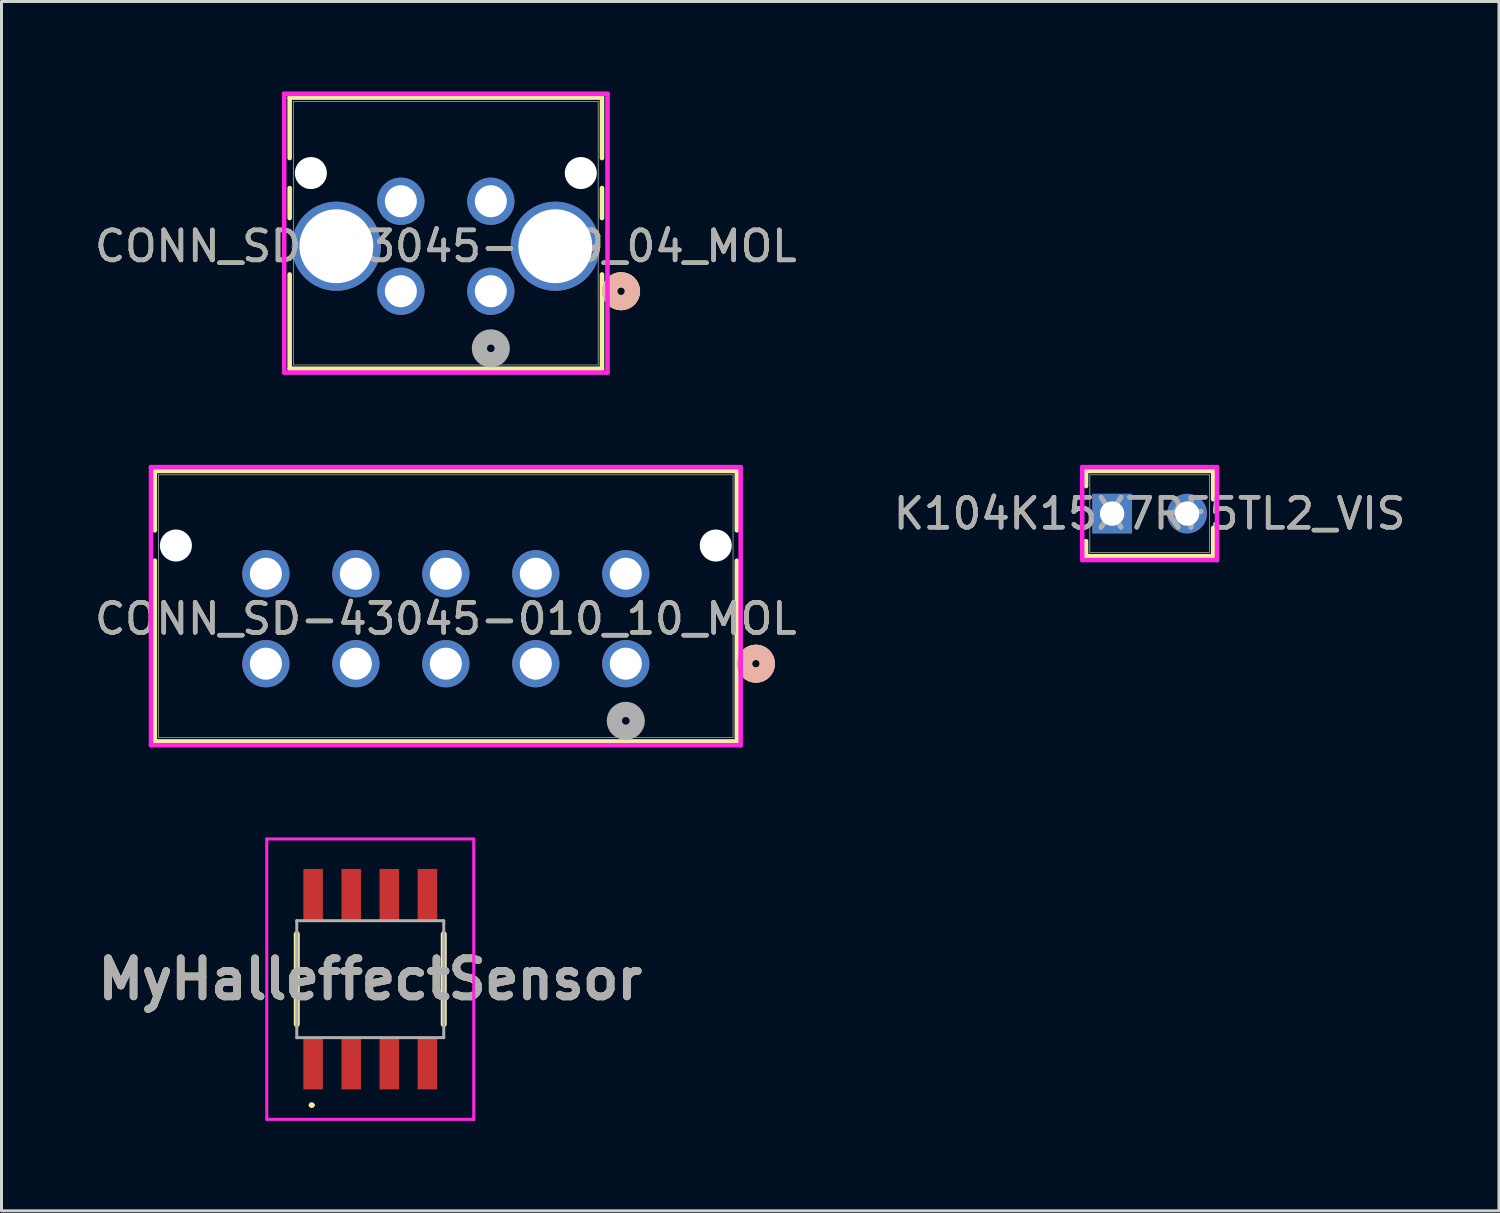
<source format=kicad_pcb>
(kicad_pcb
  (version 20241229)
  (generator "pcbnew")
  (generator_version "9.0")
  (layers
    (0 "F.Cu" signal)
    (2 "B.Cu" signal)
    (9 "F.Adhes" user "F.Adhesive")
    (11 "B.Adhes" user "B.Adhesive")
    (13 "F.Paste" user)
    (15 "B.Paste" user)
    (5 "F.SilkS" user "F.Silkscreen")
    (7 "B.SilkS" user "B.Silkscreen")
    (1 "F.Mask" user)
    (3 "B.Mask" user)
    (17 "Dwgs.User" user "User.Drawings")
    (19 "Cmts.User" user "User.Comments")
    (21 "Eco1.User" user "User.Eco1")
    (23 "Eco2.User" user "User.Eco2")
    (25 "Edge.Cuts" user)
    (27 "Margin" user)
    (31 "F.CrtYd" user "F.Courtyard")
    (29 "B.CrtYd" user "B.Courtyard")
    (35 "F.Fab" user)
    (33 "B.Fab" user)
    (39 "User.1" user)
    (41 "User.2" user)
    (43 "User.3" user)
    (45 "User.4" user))
  (footprint "MyHalleffectSensor"
    (layer "F.Cu")
    (at 9.295 29.597)
    (property "Reference" "MyHalleffectSensor" (at 0 0 0) (layer "F.SilkS") (effects (font (size 1.27 1.27) (thickness 0.254))))
    (attr smd)
    (fp_line (start -2.45 -1.5) (end -2.45 1.5) (stroke (width 0.2) (type solid)) (layer "F.SilkS"))
    (fp_line (start -2 4.2) (end -2 4.2) (stroke (width 0.1) (type solid)) (layer "F.SilkS"))
    (fp_line (start -1.905 4.2) (end -1.905 4.2) (stroke (width 0.1) (type solid)) (layer "F.SilkS"))
    (fp_line (start 2.45 -1.5) (end 2.45 1.5) (stroke (width 0.2) (type solid)) (layer "F.SilkS"))
    (fp_arc (start -2 4.2) (mid -1.9525 4.1525) (end -1.905 4.2) (stroke (width 0.1) (type solid)) (layer "F.SilkS"))
    (fp_arc (start -1.905 4.2) (mid -1.9525 4.2475) (end -2 4.2) (stroke (width 0.1) (type solid)) (layer "F.SilkS"))
    (fp_line (start -3.45 -4.675) (end 3.45 -4.675) (stroke (width 0.1) (type solid)) (layer "F.CrtYd"))
    (fp_line (start -3.45 4.675) (end -3.45 -4.675) (stroke (width 0.1) (type solid)) (layer "F.CrtYd"))
    (fp_line (start 3.45 -4.675) (end 3.45 4.675) (stroke (width 0.1) (type solid)) (layer "F.CrtYd"))
    (fp_line (start 3.45 4.675) (end -3.45 4.675) (stroke (width 0.1) (type solid)) (layer "F.CrtYd"))
    (fp_line (start -2.45 -1.95) (end 2.45 -1.95) (stroke (width 0.1) (type solid)) (layer "F.Fab"))
    (fp_line (start -2.45 1.95) (end -2.45 -1.95) (stroke (width 0.1) (type solid)) (layer "F.Fab"))
    (fp_line (start 2.45 -1.95) (end 2.45 1.95) (stroke (width 0.1) (type solid)) (layer "F.Fab"))
    (fp_line (start 2.45 1.95) (end -2.45 1.95) (stroke (width 0.1) (type solid)) (layer "F.Fab"))
    (fp_text user "${REFERENCE}" (at 0 0 0) (layer "F.Fab") (effects (font (size 1.27 1.27) (thickness 0.254))))
    (pad "1" smd rect (at -1.905 2.8) (size 0.65 1.75) (layers "F.Cu" "F.Mask" "F.Paste"))
    (pad "2" smd rect (at -0.635 2.8) (size 0.65 1.75) (layers "F.Cu" "F.Mask" "F.Paste"))
    (pad "3" smd rect (at 0.635 2.8) (size 0.65 1.75) (layers "F.Cu" "F.Mask" "F.Paste"))
    (pad "4" smd rect (at 1.905 2.8) (size 0.65 1.75) (layers "F.Cu" "F.Mask" "F.Paste"))
    (pad "5" smd rect (at 1.905 -2.8) (size 0.65 1.75) (layers "F.Cu" "F.Mask" "F.Paste"))
    (pad "6" smd rect (at 0.635 -2.8) (size 0.65 1.75) (layers "F.Cu" "F.Mask" "F.Paste"))
    (pad "7" smd rect (at -0.635 -2.8) (size 0.65 1.75) (layers "F.Cu" "F.Mask" "F.Paste"))
    (pad "8" smd rect (at -1.905 -2.8) (size 0.65 1.75) (layers "F.Cu" "F.Mask" "F.Paste")))
  (footprint "CONN_SD-43045-009_04_MOL"
    (layer "F.Cu")
    (at 13.315 6.66)
    (property "Reference" "CONN_SD-43045-009_04_MOL" (at -1.5 -1.5 0) (unlocked yes) (layer "F.SilkS") (effects (font (size 1 1) (thickness 0.15))))
    (attr through_hole)
    (fp_line (start -6.707 -6.457) (end -6.707 -4.44) (stroke (width 0.152) (type solid)) (layer "F.SilkS"))
    (fp_line (start -6.707 -3.44) (end -6.707 -2.44) (stroke (width 0.152) (type solid)) (layer "F.SilkS"))
    (fp_line (start -6.707 -0.56) (end -6.707 2.585) (stroke (width 0.152) (type solid)) (layer "F.SilkS"))
    (fp_line (start -6.707 2.585) (end 3.707 2.585) (stroke (width 0.152) (type solid)) (layer "F.SilkS"))
    (fp_line (start 3.707 -6.457) (end -6.707 -6.457) (stroke (width 0.152) (type solid)) (layer "F.SilkS"))
    (fp_line (start 3.707 -4.44) (end 3.707 -6.457) (stroke (width 0.152) (type solid)) (layer "F.SilkS"))
    (fp_line (start 3.707 -2.44) (end 3.707 -3.44) (stroke (width 0.152) (type solid)) (layer "F.SilkS"))
    (fp_line (start 3.707 2.585) (end 3.707 -0.56) (stroke (width 0.152) (type solid)) (layer "F.SilkS"))
    (fp_circle (center 4.342 0) (end 4.723 0) (stroke (width 0.508) (type solid)) (fill no) (layer "F.SilkS"))
    (fp_circle (center 4.342 0) (end 4.723 0) (stroke (width 0.508) (type solid)) (fill no) (layer "B.SilkS"))
    (fp_line (start -6.89 -6.584) (end -6.89 2.712) (stroke (width 0.152) (type solid)) (layer "F.CrtYd"))
    (fp_line (start -6.89 2.712) (end 3.89 2.712) (stroke (width 0.152) (type solid)) (layer "F.CrtYd"))
    (fp_line (start 3.89 -6.584) (end -6.89 -6.584) (stroke (width 0.152) (type solid)) (layer "F.CrtYd"))
    (fp_line (start 3.89 2.712) (end 3.89 -6.584) (stroke (width 0.152) (type solid)) (layer "F.CrtYd"))
    (fp_line (start -6.58 -6.33) (end -6.58 2.458) (stroke (width 0.025) (type solid)) (layer "F.Fab"))
    (fp_line (start -6.58 2.458) (end 3.58 2.458) (stroke (width 0.025) (type solid)) (layer "F.Fab"))
    (fp_line (start 3.58 -6.33) (end -6.58 -6.33) (stroke (width 0.025) (type solid)) (layer "F.Fab"))
    (fp_line (start 3.58 2.458) (end 3.58 -6.33) (stroke (width 0.025) (type solid)) (layer "F.Fab"))
    (fp_circle (center 0 1.905) (end 0.381 1.905) (stroke (width 0.508) (type solid)) (fill no) (layer "F.Fab"))
    (fp_text user "${REFERENCE}" (at -1.5 -1.5 0) (unlocked yes) (layer "F.Fab") (effects (font (size 1 1) (thickness 0.15))))
    (pad "" np_thru_hole circle (at -6 -3.94) (size 1.067 1.067) (drill 1.067) (layers "*.Cu" "*.Mask"))
    (pad "" np_thru_hole circle (at 3 -3.94) (size 1.067 1.067) (drill 1.067) (layers "*.Cu" "*.Mask"))
    (pad "1" thru_hole circle (at 0 0) (size 1.575 1.575) (drill 1.067) (layers "*.Cu" "*.Mask"))
    (pad "2" thru_hole circle (at -3 0) (size 1.575 1.575) (drill 1.067) (layers "*.Cu" "*.Mask"))
    (pad "3" thru_hole circle (at 0 -3) (size 1.575 1.575) (drill 1.067) (layers "*.Cu" "*.Mask"))
    (pad "4" thru_hole circle (at -3 -3) (size 1.575 1.575) (drill 1.067) (layers "*.Cu" "*.Mask"))
    (pad "5" thru_hole circle (at -5.15 -1.5) (size 2.972 2.972) (drill 2.464) (layers "*.Cu" "*.Mask"))
    (pad "6" thru_hole circle (at 2.15 -1.5) (size 2.972 2.972) (drill 2.464) (layers "*.Cu" "*.Mask")))
  (footprint "CONN_SD-43045-010_10_MOL"
    (layer "F.Cu")
    (at 17.815 19.079)
    (property "Reference" "CONN_SD-43045-010_10_MOL" (at -6 -1.5 0) (unlocked yes) (layer "F.SilkS") (effects (font (size 1 1) (thickness 0.15))))
    (attr through_hole)
    (fp_line (start -15.703 -6.427) (end -15.703 -4.446) (stroke (width 0.152) (type solid)) (layer "F.SilkS"))
    (fp_line (start -15.703 -3.434) (end -15.703 2.59) (stroke (width 0.152) (type solid)) (layer "F.SilkS"))
    (fp_line (start -15.703 2.59) (end 3.703 2.59) (stroke (width 0.152) (type solid)) (layer "F.SilkS"))
    (fp_line (start 3.703 -6.427) (end -15.703 -6.427) (stroke (width 0.152) (type solid)) (layer "F.SilkS"))
    (fp_line (start 3.703 -4.446) (end 3.703 -6.427) (stroke (width 0.152) (type solid)) (layer "F.SilkS"))
    (fp_line (start 3.703 2.59) (end 3.703 -3.434) (stroke (width 0.152) (type solid)) (layer "F.SilkS"))
    (fp_circle (center 4.338 0) (end 4.719 0) (stroke (width 0.508) (type solid)) (fill no) (layer "F.SilkS"))
    (fp_circle (center 4.338 0) (end 4.719 0) (stroke (width 0.508) (type solid)) (fill no) (layer "B.SilkS"))
    (fp_line (start -15.83 -6.554) (end -15.83 2.717) (stroke (width 0.152) (type solid)) (layer "F.CrtYd"))
    (fp_line (start -15.83 2.717) (end 3.83 2.717) (stroke (width 0.152) (type solid)) (layer "F.CrtYd"))
    (fp_line (start 3.83 -6.554) (end -15.83 -6.554) (stroke (width 0.152) (type solid)) (layer "F.CrtYd"))
    (fp_line (start 3.83 2.717) (end 3.83 -6.554) (stroke (width 0.152) (type solid)) (layer "F.CrtYd"))
    (fp_line (start -15.576 -6.3) (end -15.576 2.463) (stroke (width 0.025) (type solid)) (layer "F.Fab"))
    (fp_line (start -15.576 2.463) (end 3.576 2.463) (stroke (width 0.025) (type solid)) (layer "F.Fab"))
    (fp_line (start 3.576 -6.3) (end -15.576 -6.3) (stroke (width 0.025) (type solid)) (layer "F.Fab"))
    (fp_line (start 3.576 2.463) (end 3.576 -6.3) (stroke (width 0.025) (type solid)) (layer "F.Fab"))
    (fp_circle (center 0 1.905) (end 0.381 1.905) (stroke (width 0.508) (type solid)) (fill no) (layer "F.Fab"))
    (fp_text user "${REFERENCE}" (at -6 -1.5 0) (unlocked yes) (layer "F.Fab") (effects (font (size 1 1) (thickness 0.15))))
    (pad "" np_thru_hole circle (at -15 -3.94) (size 1.067 1.067) (drill 1.067) (layers "*.Cu" "*.Mask"))
    (pad "" np_thru_hole circle (at 3 -3.94) (size 1.067 1.067) (drill 1.067) (layers "*.Cu" "*.Mask"))
    (pad "1" thru_hole circle (at 0 0) (size 1.575 1.575) (drill 1.067) (layers "*.Cu" "*.Mask"))
    (pad "2" thru_hole circle (at -3 0) (size 1.575 1.575) (drill 1.067) (layers "*.Cu" "*.Mask"))
    (pad "3" thru_hole circle (at -6 0) (size 1.575 1.575) (drill 1.067) (layers "*.Cu" "*.Mask"))
    (pad "4" thru_hole circle (at -9 0) (size 1.575 1.575) (drill 1.067) (layers "*.Cu" "*.Mask"))
    (pad "5" thru_hole circle (at -12 0) (size 1.575 1.575) (drill 1.067) (layers "*.Cu" "*.Mask"))
    (pad "6" thru_hole circle (at 0 -3) (size 1.575 1.575) (drill 1.067) (layers "*.Cu" "*.Mask"))
    (pad "7" thru_hole circle (at -3 -3) (size 1.575 1.575) (drill 1.067) (layers "*.Cu" "*.Mask"))
    (pad "8" thru_hole circle (at -6 -3) (size 1.575 1.575) (drill 1.067) (layers "*.Cu" "*.Mask"))
    (pad "9" thru_hole circle (at -9 -3) (size 1.575 1.575) (drill 1.067) (layers "*.Cu" "*.Mask"))
    (pad "10" thru_hole circle (at -12 -3) (size 1.575 1.575) (drill 1.067) (layers "*.Cu" "*.Mask")))
  (footprint "K104K15X7RF5TL2_VIS"
    (layer "F.Cu")
    (at 34.03 14.074)
    (property "Reference" "K104K15X7RF5TL2_VIS" (at 1.25 0 0) (unlocked yes) (layer "F.SilkS") (effects (font (size 1 1) (thickness 0.15))))
    (attr through_hole)
    (fp_line (start -0.871 -1.422) (end -0.871 -0.918) (stroke (width 0.152) (type solid)) (layer "F.SilkS"))
    (fp_line (start -0.871 0.918) (end -0.871 1.422) (stroke (width 0.152) (type solid)) (layer "F.SilkS"))
    (fp_line (start 3.371 -1.422) (end -0.871 -1.422) (stroke (width 0.152) (type solid)) (layer "F.SilkS"))
    (fp_line (start 3.371 -1.422) (end 3.371 -0.477) (stroke (width 0.152) (type solid)) (layer "F.SilkS"))
    (fp_line (start 3.371 0.477) (end 3.371 1.422) (stroke (width 0.152) (type solid)) (layer "F.SilkS"))
    (fp_line (start 3.371 1.422) (end -0.871 1.422) (stroke (width 0.152) (type solid)) (layer "F.SilkS"))
    (fp_line (start -0.998 -1.549) (end 3.498 -1.549) (stroke (width 0.152) (type solid)) (layer "F.CrtYd"))
    (fp_line (start -0.998 1.549) (end -0.998 -1.549) (stroke (width 0.152) (type solid)) (layer "F.CrtYd"))
    (fp_line (start 3.498 -1.549) (end 3.498 1.549) (stroke (width 0.152) (type solid)) (layer "F.CrtYd"))
    (fp_line (start 3.498 1.549) (end -0.998 1.549) (stroke (width 0.152) (type solid)) (layer "F.CrtYd"))
    (fp_line (start -0.744 -1.295) (end -0.744 1.295) (stroke (width 0.025) (type solid)) (layer "F.Fab"))
    (fp_line (start 3.244 -1.295) (end -0.744 -1.295) (stroke (width 0.025) (type solid)) (layer "F.Fab"))
    (fp_line (start 3.244 -1.295) (end 3.244 1.295) (stroke (width 0.025) (type solid)) (layer "F.Fab"))
    (fp_line (start 3.244 1.295) (end -0.744 1.295) (stroke (width 0.025) (type solid)) (layer "F.Fab"))
    (fp_circle (center -0.236 0) (end -0.236 0) (stroke (width 0.025) (type solid)) (fill no) (layer "F.Fab"))
    (fp_text user "${REFERENCE}" (at 1.25 0 0) (unlocked yes) (layer "F.Fab") (effects (font (size 1 1) (thickness 0.15))))
    (pad "1" thru_hole rect (at 0 0) (size 1.321 1.321) (drill 0.813) (layers "*.Cu" "*.Mask"))
    (pad "2" thru_hole circle (at 2.5 0) (size 1.321 1.321) (drill 0.813) (layers "*.Cu" "*.Mask")))
  (gr_rect
    (start -3 -3)
    (end 46.929 37.322)
    (stroke (width 0.1) (type default))
    (fill no)
    (layer "Edge.Cuts")))
</source>
